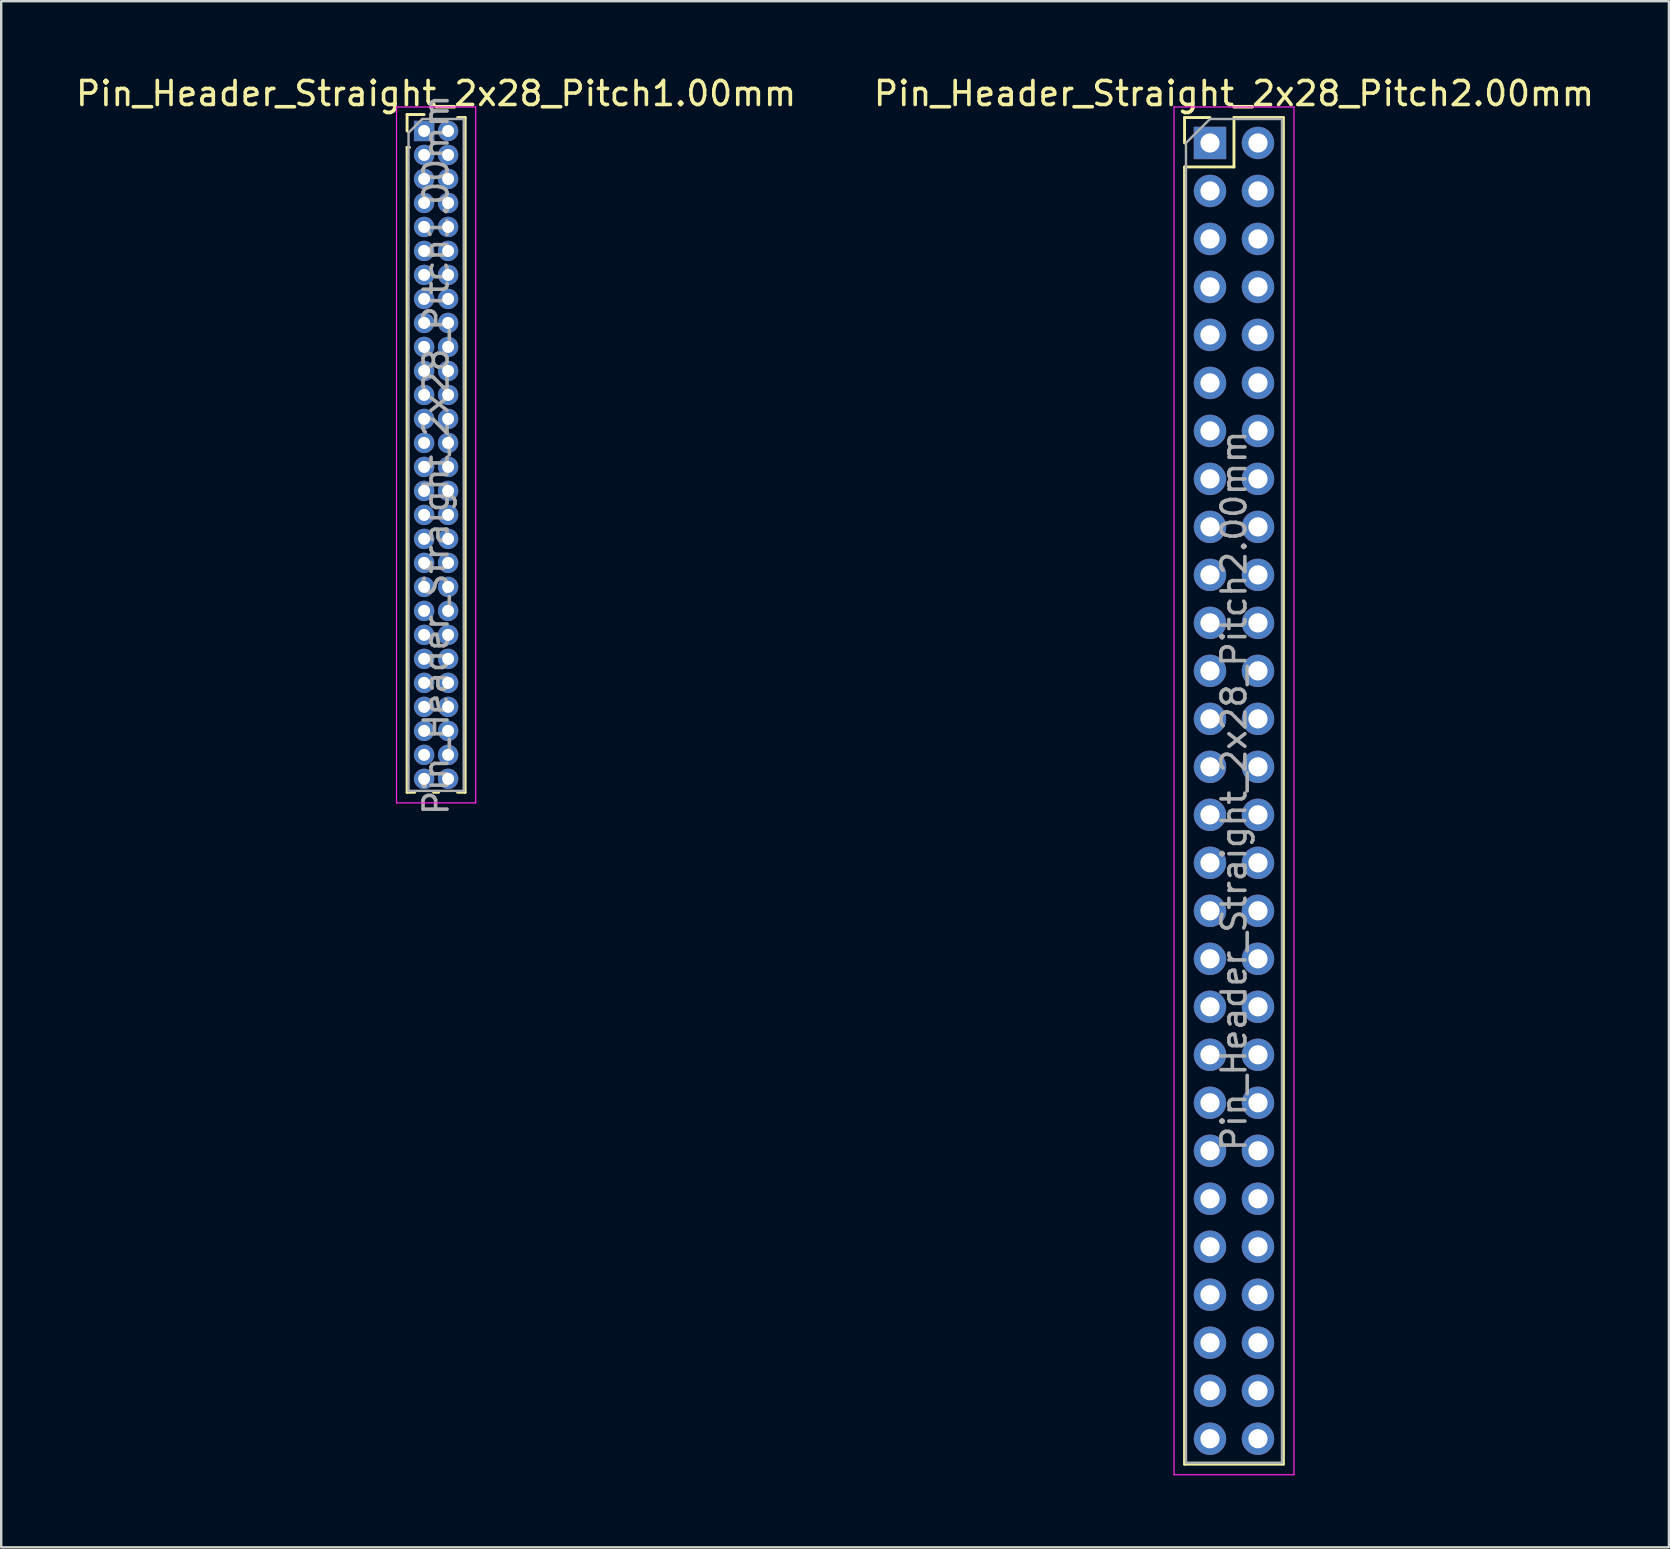
<source format=kicad_pcb>
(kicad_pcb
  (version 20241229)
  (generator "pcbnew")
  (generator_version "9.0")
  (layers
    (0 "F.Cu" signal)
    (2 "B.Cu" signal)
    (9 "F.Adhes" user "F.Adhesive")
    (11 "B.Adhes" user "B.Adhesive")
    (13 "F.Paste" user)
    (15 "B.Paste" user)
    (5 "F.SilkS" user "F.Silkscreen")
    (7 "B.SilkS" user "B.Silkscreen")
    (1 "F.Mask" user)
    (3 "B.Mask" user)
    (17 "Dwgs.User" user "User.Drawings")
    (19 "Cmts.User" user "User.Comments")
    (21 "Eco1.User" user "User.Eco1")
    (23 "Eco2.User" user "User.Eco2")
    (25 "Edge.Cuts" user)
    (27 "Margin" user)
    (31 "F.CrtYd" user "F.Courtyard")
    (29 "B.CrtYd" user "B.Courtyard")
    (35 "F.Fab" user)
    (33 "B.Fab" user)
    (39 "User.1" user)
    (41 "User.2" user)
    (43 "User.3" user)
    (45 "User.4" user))
  (footprint "Pin_Header_Straight_2x28_Pitch2.00mm"
    (layer "F.Cu")
    (at 47.375 2.908)
    (property "Reference" "Pin_Header_Straight_2x28_Pitch2.00mm" (at 1 -2.06 0) (layer "F.SilkS") (effects (font (size 1 1) (thickness 0.15))))
    (attr through_hole)
    (fp_line (start -1.06 -1.06) (end 0 -1.06) (stroke (width 0.12) (type solid)) (layer "F.SilkS"))
    (fp_line (start -1.06 0) (end -1.06 -1.06) (stroke (width 0.12) (type solid)) (layer "F.SilkS"))
    (fp_line (start -1.06 1) (end -1.06 55.06) (stroke (width 0.12) (type solid)) (layer "F.SilkS"))
    (fp_line (start -1.06 1) (end 1 1) (stroke (width 0.12) (type solid)) (layer "F.SilkS"))
    (fp_line (start -1.06 55.06) (end 3.06 55.06) (stroke (width 0.12) (type solid)) (layer "F.SilkS"))
    (fp_line (start 1 -1.06) (end 3.06 -1.06) (stroke (width 0.12) (type solid)) (layer "F.SilkS"))
    (fp_line (start 1 1) (end 1 -1.06) (stroke (width 0.12) (type solid)) (layer "F.SilkS"))
    (fp_line (start 3.06 -1.06) (end 3.06 55.06) (stroke (width 0.12) (type solid)) (layer "F.SilkS"))
    (fp_line (start -1.5 -1.5) (end -1.5 55.5) (stroke (width 0.05) (type solid)) (layer "F.CrtYd"))
    (fp_line (start -1.5 55.5) (end 3.5 55.5) (stroke (width 0.05) (type solid)) (layer "F.CrtYd"))
    (fp_line (start 3.5 -1.5) (end -1.5 -1.5) (stroke (width 0.05) (type solid)) (layer "F.CrtYd"))
    (fp_line (start 3.5 55.5) (end 3.5 -1.5) (stroke (width 0.05) (type solid)) (layer "F.CrtYd"))
    (fp_line (start -1 0) (end 0 -1) (stroke (width 0.1) (type solid)) (layer "F.Fab"))
    (fp_line (start -1 55) (end -1 0) (stroke (width 0.1) (type solid)) (layer "F.Fab"))
    (fp_line (start 0 -1) (end 3 -1) (stroke (width 0.1) (type solid)) (layer "F.Fab"))
    (fp_line (start 3 -1) (end 3 55) (stroke (width 0.1) (type solid)) (layer "F.Fab"))
    (fp_line (start 3 55) (end -1 55) (stroke (width 0.1) (type solid)) (layer "F.Fab"))
    (fp_text user "${REFERENCE}" (at 1 27 90) (layer "F.Fab") (effects (font (size 1 1) (thickness 0.15))))
    (pad "1" thru_hole rect (at 0 0) (size 1.35 1.35) (drill 0.8) (layers "*.Cu" "*.Mask"))
    (pad "2" thru_hole oval (at 2 0) (size 1.35 1.35) (drill 0.8) (layers "*.Cu" "*.Mask"))
    (pad "3" thru_hole oval (at 0 2) (size 1.35 1.35) (drill 0.8) (layers "*.Cu" "*.Mask"))
    (pad "4" thru_hole oval (at 2 2) (size 1.35 1.35) (drill 0.8) (layers "*.Cu" "*.Mask"))
    (pad "5" thru_hole oval (at 0 4) (size 1.35 1.35) (drill 0.8) (layers "*.Cu" "*.Mask"))
    (pad "6" thru_hole oval (at 2 4) (size 1.35 1.35) (drill 0.8) (layers "*.Cu" "*.Mask"))
    (pad "7" thru_hole oval (at 0 6) (size 1.35 1.35) (drill 0.8) (layers "*.Cu" "*.Mask"))
    (pad "8" thru_hole oval (at 2 6) (size 1.35 1.35) (drill 0.8) (layers "*.Cu" "*.Mask"))
    (pad "9" thru_hole oval (at 0 8) (size 1.35 1.35) (drill 0.8) (layers "*.Cu" "*.Mask"))
    (pad "10" thru_hole oval (at 2 8) (size 1.35 1.35) (drill 0.8) (layers "*.Cu" "*.Mask"))
    (pad "11" thru_hole oval (at 0 10) (size 1.35 1.35) (drill 0.8) (layers "*.Cu" "*.Mask"))
    (pad "12" thru_hole oval (at 2 10) (size 1.35 1.35) (drill 0.8) (layers "*.Cu" "*.Mask"))
    (pad "13" thru_hole oval (at 0 12) (size 1.35 1.35) (drill 0.8) (layers "*.Cu" "*.Mask"))
    (pad "14" thru_hole oval (at 2 12) (size 1.35 1.35) (drill 0.8) (layers "*.Cu" "*.Mask"))
    (pad "15" thru_hole oval (at 0 14) (size 1.35 1.35) (drill 0.8) (layers "*.Cu" "*.Mask"))
    (pad "16" thru_hole oval (at 2 14) (size 1.35 1.35) (drill 0.8) (layers "*.Cu" "*.Mask"))
    (pad "17" thru_hole oval (at 0 16) (size 1.35 1.35) (drill 0.8) (layers "*.Cu" "*.Mask"))
    (pad "18" thru_hole oval (at 2 16) (size 1.35 1.35) (drill 0.8) (layers "*.Cu" "*.Mask"))
    (pad "19" thru_hole oval (at 0 18) (size 1.35 1.35) (drill 0.8) (layers "*.Cu" "*.Mask"))
    (pad "20" thru_hole oval (at 2 18) (size 1.35 1.35) (drill 0.8) (layers "*.Cu" "*.Mask"))
    (pad "21" thru_hole oval (at 0 20) (size 1.35 1.35) (drill 0.8) (layers "*.Cu" "*.Mask"))
    (pad "22" thru_hole oval (at 2 20) (size 1.35 1.35) (drill 0.8) (layers "*.Cu" "*.Mask"))
    (pad "23" thru_hole oval (at 0 22) (size 1.35 1.35) (drill 0.8) (layers "*.Cu" "*.Mask"))
    (pad "24" thru_hole oval (at 2 22) (size 1.35 1.35) (drill 0.8) (layers "*.Cu" "*.Mask"))
    (pad "25" thru_hole oval (at 0 24) (size 1.35 1.35) (drill 0.8) (layers "*.Cu" "*.Mask"))
    (pad "26" thru_hole oval (at 2 24) (size 1.35 1.35) (drill 0.8) (layers "*.Cu" "*.Mask"))
    (pad "27" thru_hole oval (at 0 26) (size 1.35 1.35) (drill 0.8) (layers "*.Cu" "*.Mask"))
    (pad "28" thru_hole oval (at 2 26) (size 1.35 1.35) (drill 0.8) (layers "*.Cu" "*.Mask"))
    (pad "29" thru_hole oval (at 0 28) (size 1.35 1.35) (drill 0.8) (layers "*.Cu" "*.Mask"))
    (pad "30" thru_hole oval (at 2 28) (size 1.35 1.35) (drill 0.8) (layers "*.Cu" "*.Mask"))
    (pad "31" thru_hole oval (at 0 30) (size 1.35 1.35) (drill 0.8) (layers "*.Cu" "*.Mask"))
    (pad "32" thru_hole oval (at 2 30) (size 1.35 1.35) (drill 0.8) (layers "*.Cu" "*.Mask"))
    (pad "33" thru_hole oval (at 0 32) (size 1.35 1.35) (drill 0.8) (layers "*.Cu" "*.Mask"))
    (pad "34" thru_hole oval (at 2 32) (size 1.35 1.35) (drill 0.8) (layers "*.Cu" "*.Mask"))
    (pad "35" thru_hole oval (at 0 34) (size 1.35 1.35) (drill 0.8) (layers "*.Cu" "*.Mask"))
    (pad "36" thru_hole oval (at 2 34) (size 1.35 1.35) (drill 0.8) (layers "*.Cu" "*.Mask"))
    (pad "37" thru_hole oval (at 0 36) (size 1.35 1.35) (drill 0.8) (layers "*.Cu" "*.Mask"))
    (pad "38" thru_hole oval (at 2 36) (size 1.35 1.35) (drill 0.8) (layers "*.Cu" "*.Mask"))
    (pad "39" thru_hole oval (at 0 38) (size 1.35 1.35) (drill 0.8) (layers "*.Cu" "*.Mask"))
    (pad "40" thru_hole oval (at 2 38) (size 1.35 1.35) (drill 0.8) (layers "*.Cu" "*.Mask"))
    (pad "41" thru_hole oval (at 0 40) (size 1.35 1.35) (drill 0.8) (layers "*.Cu" "*.Mask"))
    (pad "42" thru_hole oval (at 2 40) (size 1.35 1.35) (drill 0.8) (layers "*.Cu" "*.Mask"))
    (pad "43" thru_hole oval (at 0 42) (size 1.35 1.35) (drill 0.8) (layers "*.Cu" "*.Mask"))
    (pad "44" thru_hole oval (at 2 42) (size 1.35 1.35) (drill 0.8) (layers "*.Cu" "*.Mask"))
    (pad "45" thru_hole oval (at 0 44) (size 1.35 1.35) (drill 0.8) (layers "*.Cu" "*.Mask"))
    (pad "46" thru_hole oval (at 2 44) (size 1.35 1.35) (drill 0.8) (layers "*.Cu" "*.Mask"))
    (pad "47" thru_hole oval (at 0 46) (size 1.35 1.35) (drill 0.8) (layers "*.Cu" "*.Mask"))
    (pad "48" thru_hole oval (at 2 46) (size 1.35 1.35) (drill 0.8) (layers "*.Cu" "*.Mask"))
    (pad "49" thru_hole oval (at 0 48) (size 1.35 1.35) (drill 0.8) (layers "*.Cu" "*.Mask"))
    (pad "50" thru_hole oval (at 2 48) (size 1.35 1.35) (drill 0.8) (layers "*.Cu" "*.Mask"))
    (pad "51" thru_hole oval (at 0 50) (size 1.35 1.35) (drill 0.8) (layers "*.Cu" "*.Mask"))
    (pad "52" thru_hole oval (at 2 50) (size 1.35 1.35) (drill 0.8) (layers "*.Cu" "*.Mask"))
    (pad "53" thru_hole oval (at 0 52) (size 1.35 1.35) (drill 0.8) (layers "*.Cu" "*.Mask"))
    (pad "54" thru_hole oval (at 2 52) (size 1.35 1.35) (drill 0.8) (layers "*.Cu" "*.Mask"))
    (pad "55" thru_hole oval (at 0 54) (size 1.35 1.35) (drill 0.8) (layers "*.Cu" "*.Mask"))
    (pad "56" thru_hole oval (at 2 54) (size 1.35 1.35) (drill 0.8) (layers "*.Cu" "*.Mask")))
  (footprint "Pin_Header_Straight_2x28_Pitch1.00mm"
    (layer "F.Cu")
    (at 14.625 2.408)
    (property "Reference" "Pin_Header_Straight_2x28_Pitch1.00mm" (at 0.5 -1.56 0) (layer "F.SilkS") (effects (font (size 1 1) (thickness 0.15))))
    (attr through_hole)
    (fp_line (start -0.71 -0.685) (end 0 -0.685) (stroke (width 0.12) (type solid)) (layer "F.SilkS"))
    (fp_line (start -0.71 0) (end -0.71 -0.685) (stroke (width 0.12) (type solid)) (layer "F.SilkS"))
    (fp_line (start -0.71 0.685) (end -0.71 27.56) (stroke (width 0.12) (type solid)) (layer "F.SilkS"))
    (fp_line (start -0.71 0.685) (end -0.608 0.685) (stroke (width 0.12) (type solid)) (layer "F.SilkS"))
    (fp_line (start -0.71 27.56) (end -0.394 27.56) (stroke (width 0.12) (type solid)) (layer "F.SilkS"))
    (fp_line (start 0.394 27.56) (end 0.606 27.56) (stroke (width 0.12) (type solid)) (layer "F.SilkS"))
    (fp_line (start 1.394 -0.56) (end 1.71 -0.56) (stroke (width 0.12) (type solid)) (layer "F.SilkS"))
    (fp_line (start 1.394 27.56) (end 1.71 27.56) (stroke (width 0.12) (type solid)) (layer "F.SilkS"))
    (fp_line (start 1.71 -0.56) (end 1.71 27.56) (stroke (width 0.12) (type solid)) (layer "F.SilkS"))
    (fp_line (start -1.15 -1) (end -1.15 28) (stroke (width 0.05) (type solid)) (layer "F.CrtYd"))
    (fp_line (start -1.15 28) (end 2.15 28) (stroke (width 0.05) (type solid)) (layer "F.CrtYd"))
    (fp_line (start 2.15 -1) (end -1.15 -1) (stroke (width 0.05) (type solid)) (layer "F.CrtYd"))
    (fp_line (start 2.15 28) (end 2.15 -1) (stroke (width 0.05) (type solid)) (layer "F.CrtYd"))
    (fp_line (start -0.65 0.075) (end -0.075 -0.5) (stroke (width 0.1) (type solid)) (layer "F.Fab"))
    (fp_line (start -0.65 27.5) (end -0.65 0.075) (stroke (width 0.1) (type solid)) (layer "F.Fab"))
    (fp_line (start -0.075 -0.5) (end 1.65 -0.5) (stroke (width 0.1) (type solid)) (layer "F.Fab"))
    (fp_line (start 1.65 -0.5) (end 1.65 27.5) (stroke (width 0.1) (type solid)) (layer "F.Fab"))
    (fp_line (start 1.65 27.5) (end -0.65 27.5) (stroke (width 0.1) (type solid)) (layer "F.Fab"))
    (fp_text user "${REFERENCE}" (at 0.5 13.5 90) (layer "F.Fab") (effects (font (size 1 1) (thickness 0.15))))
    (pad "1" thru_hole rect (at 0 0) (size 0.85 0.85) (drill 0.5) (layers "*.Cu" "*.Mask"))
    (pad "2" thru_hole oval (at 1 0) (size 0.85 0.85) (drill 0.5) (layers "*.Cu" "*.Mask"))
    (pad "3" thru_hole oval (at 0 1) (size 0.85 0.85) (drill 0.5) (layers "*.Cu" "*.Mask"))
    (pad "4" thru_hole oval (at 1 1) (size 0.85 0.85) (drill 0.5) (layers "*.Cu" "*.Mask"))
    (pad "5" thru_hole oval (at 0 2) (size 0.85 0.85) (drill 0.5) (layers "*.Cu" "*.Mask"))
    (pad "6" thru_hole oval (at 1 2) (size 0.85 0.85) (drill 0.5) (layers "*.Cu" "*.Mask"))
    (pad "7" thru_hole oval (at 0 3) (size 0.85 0.85) (drill 0.5) (layers "*.Cu" "*.Mask"))
    (pad "8" thru_hole oval (at 1 3) (size 0.85 0.85) (drill 0.5) (layers "*.Cu" "*.Mask"))
    (pad "9" thru_hole oval (at 0 4) (size 0.85 0.85) (drill 0.5) (layers "*.Cu" "*.Mask"))
    (pad "10" thru_hole oval (at 1 4) (size 0.85 0.85) (drill 0.5) (layers "*.Cu" "*.Mask"))
    (pad "11" thru_hole oval (at 0 5) (size 0.85 0.85) (drill 0.5) (layers "*.Cu" "*.Mask"))
    (pad "12" thru_hole oval (at 1 5) (size 0.85 0.85) (drill 0.5) (layers "*.Cu" "*.Mask"))
    (pad "13" thru_hole oval (at 0 6) (size 0.85 0.85) (drill 0.5) (layers "*.Cu" "*.Mask"))
    (pad "14" thru_hole oval (at 1 6) (size 0.85 0.85) (drill 0.5) (layers "*.Cu" "*.Mask"))
    (pad "15" thru_hole oval (at 0 7) (size 0.85 0.85) (drill 0.5) (layers "*.Cu" "*.Mask"))
    (pad "16" thru_hole oval (at 1 7) (size 0.85 0.85) (drill 0.5) (layers "*.Cu" "*.Mask"))
    (pad "17" thru_hole oval (at 0 8) (size 0.85 0.85) (drill 0.5) (layers "*.Cu" "*.Mask"))
    (pad "18" thru_hole oval (at 1 8) (size 0.85 0.85) (drill 0.5) (layers "*.Cu" "*.Mask"))
    (pad "19" thru_hole oval (at 0 9) (size 0.85 0.85) (drill 0.5) (layers "*.Cu" "*.Mask"))
    (pad "20" thru_hole oval (at 1 9) (size 0.85 0.85) (drill 0.5) (layers "*.Cu" "*.Mask"))
    (pad "21" thru_hole oval (at 0 10) (size 0.85 0.85) (drill 0.5) (layers "*.Cu" "*.Mask"))
    (pad "22" thru_hole oval (at 1 10) (size 0.85 0.85) (drill 0.5) (layers "*.Cu" "*.Mask"))
    (pad "23" thru_hole oval (at 0 11) (size 0.85 0.85) (drill 0.5) (layers "*.Cu" "*.Mask"))
    (pad "24" thru_hole oval (at 1 11) (size 0.85 0.85) (drill 0.5) (layers "*.Cu" "*.Mask"))
    (pad "25" thru_hole oval (at 0 12) (size 0.85 0.85) (drill 0.5) (layers "*.Cu" "*.Mask"))
    (pad "26" thru_hole oval (at 1 12) (size 0.85 0.85) (drill 0.5) (layers "*.Cu" "*.Mask"))
    (pad "27" thru_hole oval (at 0 13) (size 0.85 0.85) (drill 0.5) (layers "*.Cu" "*.Mask"))
    (pad "28" thru_hole oval (at 1 13) (size 0.85 0.85) (drill 0.5) (layers "*.Cu" "*.Mask"))
    (pad "29" thru_hole oval (at 0 14) (size 0.85 0.85) (drill 0.5) (layers "*.Cu" "*.Mask"))
    (pad "30" thru_hole oval (at 1 14) (size 0.85 0.85) (drill 0.5) (layers "*.Cu" "*.Mask"))
    (pad "31" thru_hole oval (at 0 15) (size 0.85 0.85) (drill 0.5) (layers "*.Cu" "*.Mask"))
    (pad "32" thru_hole oval (at 1 15) (size 0.85 0.85) (drill 0.5) (layers "*.Cu" "*.Mask"))
    (pad "33" thru_hole oval (at 0 16) (size 0.85 0.85) (drill 0.5) (layers "*.Cu" "*.Mask"))
    (pad "34" thru_hole oval (at 1 16) (size 0.85 0.85) (drill 0.5) (layers "*.Cu" "*.Mask"))
    (pad "35" thru_hole oval (at 0 17) (size 0.85 0.85) (drill 0.5) (layers "*.Cu" "*.Mask"))
    (pad "36" thru_hole oval (at 1 17) (size 0.85 0.85) (drill 0.5) (layers "*.Cu" "*.Mask"))
    (pad "37" thru_hole oval (at 0 18) (size 0.85 0.85) (drill 0.5) (layers "*.Cu" "*.Mask"))
    (pad "38" thru_hole oval (at 1 18) (size 0.85 0.85) (drill 0.5) (layers "*.Cu" "*.Mask"))
    (pad "39" thru_hole oval (at 0 19) (size 0.85 0.85) (drill 0.5) (layers "*.Cu" "*.Mask"))
    (pad "40" thru_hole oval (at 1 19) (size 0.85 0.85) (drill 0.5) (layers "*.Cu" "*.Mask"))
    (pad "41" thru_hole oval (at 0 20) (size 0.85 0.85) (drill 0.5) (layers "*.Cu" "*.Mask"))
    (pad "42" thru_hole oval (at 1 20) (size 0.85 0.85) (drill 0.5) (layers "*.Cu" "*.Mask"))
    (pad "43" thru_hole oval (at 0 21) (size 0.85 0.85) (drill 0.5) (layers "*.Cu" "*.Mask"))
    (pad "44" thru_hole oval (at 1 21) (size 0.85 0.85) (drill 0.5) (layers "*.Cu" "*.Mask"))
    (pad "45" thru_hole oval (at 0 22) (size 0.85 0.85) (drill 0.5) (layers "*.Cu" "*.Mask"))
    (pad "46" thru_hole oval (at 1 22) (size 0.85 0.85) (drill 0.5) (layers "*.Cu" "*.Mask"))
    (pad "47" thru_hole oval (at 0 23) (size 0.85 0.85) (drill 0.5) (layers "*.Cu" "*.Mask"))
    (pad "48" thru_hole oval (at 1 23) (size 0.85 0.85) (drill 0.5) (layers "*.Cu" "*.Mask"))
    (pad "49" thru_hole oval (at 0 24) (size 0.85 0.85) (drill 0.5) (layers "*.Cu" "*.Mask"))
    (pad "50" thru_hole oval (at 1 24) (size 0.85 0.85) (drill 0.5) (layers "*.Cu" "*.Mask"))
    (pad "51" thru_hole oval (at 0 25) (size 0.85 0.85) (drill 0.5) (layers "*.Cu" "*.Mask"))
    (pad "52" thru_hole oval (at 1 25) (size 0.85 0.85) (drill 0.5) (layers "*.Cu" "*.Mask"))
    (pad "53" thru_hole oval (at 0 26) (size 0.85 0.85) (drill 0.5) (layers "*.Cu" "*.Mask"))
    (pad "54" thru_hole oval (at 1 26) (size 0.85 0.85) (drill 0.5) (layers "*.Cu" "*.Mask"))
    (pad "55" thru_hole oval (at 0 27) (size 0.85 0.85) (drill 0.5) (layers "*.Cu" "*.Mask"))
    (pad "56" thru_hole oval (at 1 27) (size 0.85 0.85) (drill 0.5) (layers "*.Cu" "*.Mask")))
  (gr_rect
    (start -3 -3)
    (end 66.5 61.433)
    (stroke (width 0.1) (type default))
    (fill no)
    (layer "Edge.Cuts")))
</source>
